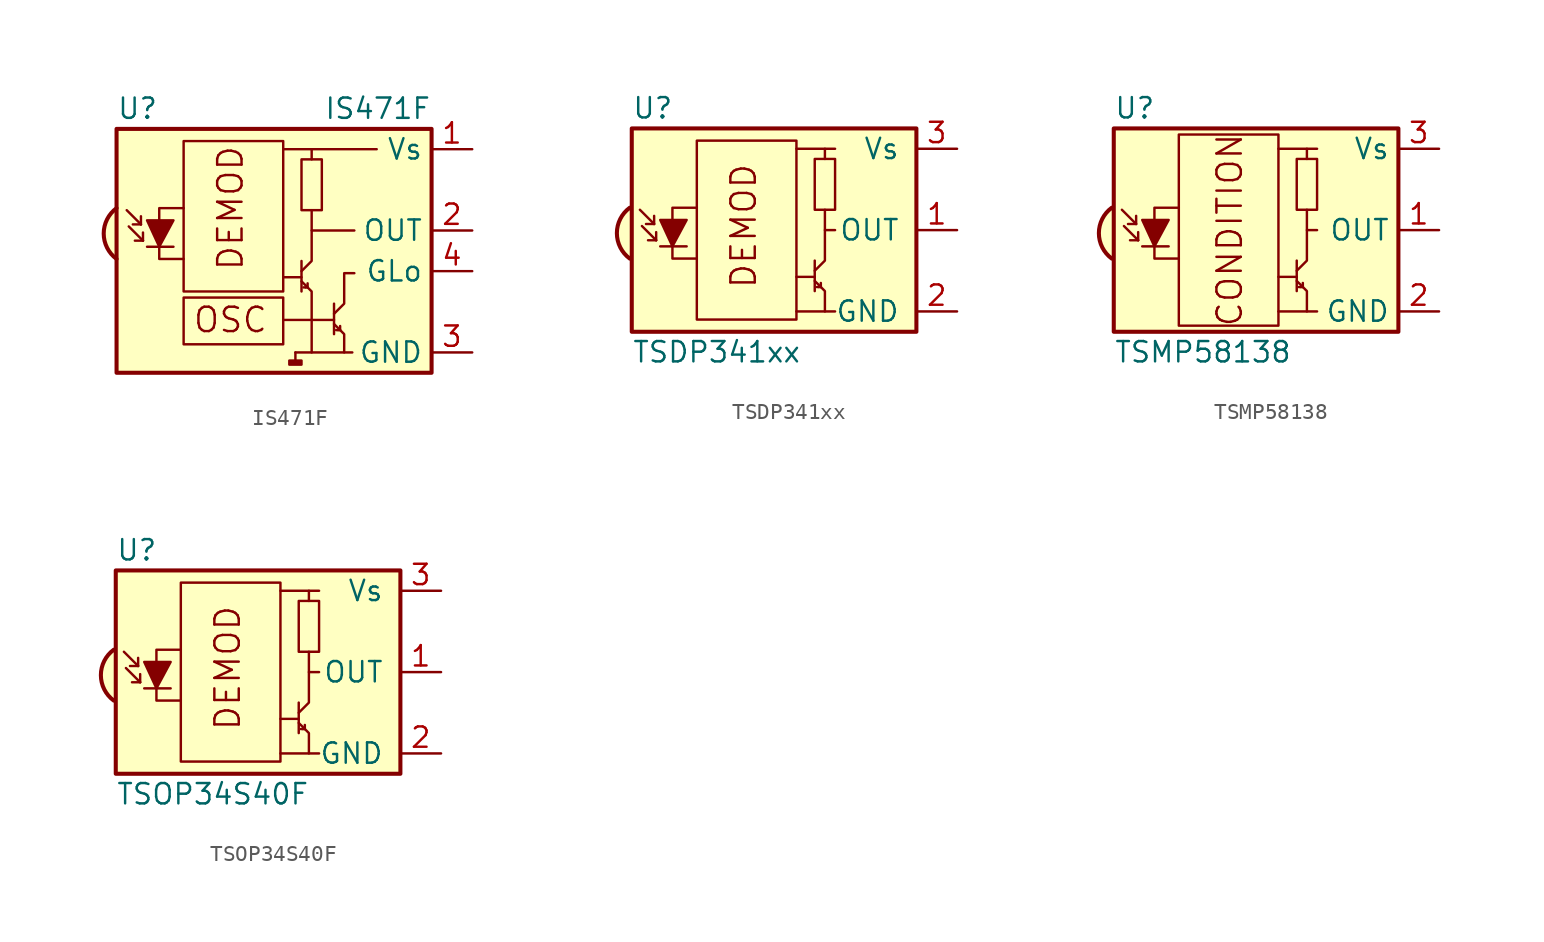
<source format=kicad_sym>
(kicad_symbol_lib
  (version 20231120)
  (generator "kicad_symbol_editor")
  (generator_version "8.0")
  (symbol "IS471F"
    (property "Reference" "U"
      (at -12.065 7.62 0)
      (effects (font (size 1.27 1.27)) (justify left)))
    (property "Value" "IS471F"
      (at 7.62 7.62 0)
      (effects (font (size 1.27 1.27)) (justify right)))
    (symbol "IS471F_0_0"
      (arc (start -12.065 1.397) (mid -12.8679 -0.1852) (end -12.065 -1.778) (stroke (width 0.254) (type default)) (fill (type background)))
      (rectangle (start -7.874 -4.191) (end -1.651 -7.112) (stroke (width 0) (type default)) (fill (type none)))
      (rectangle (start -1.27 -8.128) (end -0.508 -8.382) (stroke (width 0) (type default)) (fill (type outline)))
      (polyline (pts (xy -0.889 -7.62) (xy -0.889 -8.128)) (stroke (width 0) (type default)) (fill (type none)))
      (polyline (pts (xy 0.127 5.08) (xy -1.651 5.08)) (stroke (width 0) (type default)) (fill (type none)))
      (polyline (pts (xy 2.667 -7.62) (xy -0.889 -7.62)) (stroke (width 0) (type default)) (fill (type none)))
      (polyline (pts (xy -0.508 -3.175) (xy 0.127 -3.81) (xy 0.127 -7.62)) (stroke (width 0) (type default)) (fill (type none)))
      (polyline (pts (xy 1.524 -5.842) (xy 2.159 -6.477) (xy 2.159 -7.62)) (stroke (width 0) (type default)) (fill (type none)))
      (text "DEMOD" (at -4.953 1.397 900) (effects (font (size 1.524 1.524))))
      (text "OSC" (at -4.953 -5.588 0) (effects (font (size 1.524 1.524)))))
    (symbol "IS471F_0_1"
      (rectangle (start -7.874 5.588) (end -1.651 -3.81) (stroke (width 0) (type default)) (fill (type none)))
      (polyline (pts (xy -10.541 0.381) (xy -11.43 1.27)) (stroke (width 0) (type default)) (fill (type none)))
      (polyline (pts (xy -10.541 0.381) (xy -11.049 0.381)) (stroke (width 0) (type default)) (fill (type none)))
      (polyline (pts (xy -10.541 0.381) (xy -10.541 0.889)) (stroke (width 0) (type default)) (fill (type none)))
      (polyline (pts (xy -10.414 -0.635) (xy -11.303 0.254)) (stroke (width 0) (type default)) (fill (type none)))
      (polyline (pts (xy -10.414 -0.635) (xy -10.922 -0.635)) (stroke (width 0) (type default)) (fill (type none)))
      (polyline (pts (xy -10.414 -0.635) (xy -10.414 -0.127)) (stroke (width 0) (type default)) (fill (type none)))
      (polyline (pts (xy -10.16 -1.016) (xy -8.509 -1.016)) (stroke (width 0) (type default)) (fill (type none)))
      (polyline (pts (xy -0.508 -2.921) (xy -1.651 -2.921)) (stroke (width 0) (type default)) (fill (type none)))
      (polyline (pts (xy -0.508 -1.905) (xy -0.508 -3.81)) (stroke (width 0) (type default)) (fill (type none)))
      (polyline (pts (xy -0.381 -3.556) (xy -0.254 -3.556)) (stroke (width 0) (type default)) (fill (type none)))
      (polyline (pts (xy -0.127 -3.556) (xy -0.254 -3.556)) (stroke (width 0) (type default)) (fill (type none)))
      (polyline (pts (xy -0.127 -3.556) (xy -0.127 -3.302)) (stroke (width 0) (type default)) (fill (type none)))
      (polyline (pts (xy 0.127 0) (xy 0.127 1.27)) (stroke (width 0) (type default)) (fill (type none)))
      (polyline (pts (xy 1.524 -5.588) (xy -1.651 -5.588)) (stroke (width 0) (type default)) (fill (type none)))
      (polyline (pts (xy 1.524 -4.572) (xy 1.524 -6.477)) (stroke (width 0) (type default)) (fill (type none)))
      (polyline (pts (xy 1.651 -6.223) (xy 1.778 -6.223)) (stroke (width 0) (type default)) (fill (type none)))
      (polyline (pts (xy 1.905 -6.223) (xy 1.778 -6.223)) (stroke (width 0) (type default)) (fill (type none)))
      (polyline (pts (xy 1.905 -6.223) (xy 1.905 -5.969)) (stroke (width 0) (type default)) (fill (type none)))
      (polyline (pts (xy 0.127 4.445) (xy 0.127 5.08) (xy 4.191 5.08)) (stroke (width 0) (type default)) (fill (type none)))
      (polyline (pts (xy -10.16 0.635) (xy -8.509 0.635) (xy -9.398 -1.016) (xy -10.16 0.635)) (stroke (width 0) (type default)) (fill (type outline)))
      (polyline (pts (xy -7.874 1.397) (xy -9.398 1.397) (xy -9.398 -1.778) (xy -7.874 -1.778)) (stroke (width 0) (type default)) (fill (type none)))
      (polyline (pts (xy -0.508 -2.54) (xy 0.127 -1.905) (xy 0.127 0) (xy 2.794 0)) (stroke (width 0) (type default)) (fill (type none)))
      (polyline (pts (xy 1.524 -5.207) (xy 2.159 -4.572) (xy 2.159 -2.667) (xy 2.794 -2.667)) (stroke (width 0) (type default)) (fill (type none)))
      (rectangle (start 0.762 1.27) (end -0.508 4.445) (stroke (width 0) (type default)) (fill (type none)))
      (rectangle (start 7.62 6.35) (end -12.065 -8.89) (stroke (width 0.254) (type default)) (fill (type background))))
    (symbol "IS471F_1_1"
      (pin power_in line (at 10.16 5.08 180) (length 2.54) (name "Vs" (effects (font (size 1.27 1.27)))) (number "1" (effects (font (size 1.27 1.27)))))
      (pin output line (at 10.16 0 180) (length 2.54) (name "OUT" (effects (font (size 1.27 1.27)))) (number "2" (effects (font (size 1.27 1.27)))))
      (pin power_in line (at 10.16 -7.62 180) (length 2.54) (name "GND" (effects (font (size 1.27 1.27)))) (number "3" (effects (font (size 1.27 1.27)))))
      (pin open_collector line (at 10.16 -2.54 180) (length 2.54) (name "GLo" (effects (font (size 1.27 1.27)))) (number "4" (effects (font (size 1.27 1.27)))))))
  (symbol "TSDP341xx"
    (pin_names
      (offset 1.016))
    (property "Reference" "U"
      (at -10.16 7.62 0)
      (effects (font (size 1.27 1.27)) (justify left)))
    (property "Value" "TSDP341xx"
      (at -10.16 -7.62 0)
      (effects (font (size 1.27 1.27)) (justify left)))
    (symbol "TSDP341xx_0_0"
      (arc (start -10.287 1.397) (mid -11.0899 -0.1852) (end -10.287 -1.778) (stroke (width 0.254) (type default)) (fill (type background)))
      (polyline (pts (xy 1.905 -5.08) (xy 0.127 -5.08)) (stroke (width 0) (type default)) (fill (type none)))
      (polyline (pts (xy 1.905 5.08) (xy 0.127 5.08)) (stroke (width 0) (type default)) (fill (type none)))
      (text "DEMOD" (at -3.175 0.254 900) (effects (font (size 1.524 1.524)))))
    (symbol "TSDP341xx_0_1"
      (rectangle (start -6.096 5.588) (end 0.127 -5.588) (stroke (width 0) (type default)) (fill (type none)))
      (polyline (pts (xy -8.763 0.381) (xy -9.652 1.27)) (stroke (width 0) (type default)) (fill (type none)))
      (polyline (pts (xy -8.763 0.381) (xy -9.271 0.381)) (stroke (width 0) (type default)) (fill (type none)))
      (polyline (pts (xy -8.763 0.381) (xy -8.763 0.889)) (stroke (width 0) (type default)) (fill (type none)))
      (polyline (pts (xy -8.636 -0.635) (xy -9.525 0.254)) (stroke (width 0) (type default)) (fill (type none)))
      (polyline (pts (xy -8.636 -0.635) (xy -9.144 -0.635)) (stroke (width 0) (type default)) (fill (type none)))
      (polyline (pts (xy -8.636 -0.635) (xy -8.636 -0.127)) (stroke (width 0) (type default)) (fill (type none)))
      (polyline (pts (xy -8.382 -1.016) (xy -6.731 -1.016)) (stroke (width 0) (type default)) (fill (type none)))
      (polyline (pts (xy 1.27 -2.921) (xy 0.127 -2.921)) (stroke (width 0) (type default)) (fill (type none)))
      (polyline (pts (xy 1.27 -1.905) (xy 1.27 -3.81)) (stroke (width 0) (type default)) (fill (type none)))
      (polyline (pts (xy 1.397 -3.556) (xy 1.524 -3.556)) (stroke (width 0) (type default)) (fill (type none)))
      (polyline (pts (xy 1.651 -3.556) (xy 1.524 -3.556)) (stroke (width 0) (type default)) (fill (type none)))
      (polyline (pts (xy 1.651 -3.556) (xy 1.651 -3.302)) (stroke (width 0) (type default)) (fill (type none)))
      (polyline (pts (xy 1.905 0) (xy 1.905 1.27)) (stroke (width 0) (type default)) (fill (type none)))
      (polyline (pts (xy 1.905 4.445) (xy 1.905 5.08) (xy 2.54 5.08)) (stroke (width 0) (type default)) (fill (type none)))
      (polyline (pts (xy -8.382 0.635) (xy -6.731 0.635) (xy -7.62 -1.016) (xy -8.382 0.635)) (stroke (width 0) (type default)) (fill (type outline)))
      (polyline (pts (xy -6.096 1.397) (xy -7.62 1.397) (xy -7.62 -1.778) (xy -6.096 -1.778)) (stroke (width 0) (type default)) (fill (type none)))
      (polyline (pts (xy 1.27 -3.175) (xy 1.905 -3.81) (xy 1.905 -5.08) (xy 2.54 -5.08)) (stroke (width 0) (type default)) (fill (type none)))
      (polyline (pts (xy 1.27 -2.54) (xy 1.905 -1.905) (xy 1.905 0) (xy 2.54 0)) (stroke (width 0) (type default)) (fill (type none)))
      (rectangle (start 2.54 1.27) (end 1.27 4.445) (stroke (width 0) (type default)) (fill (type none)))
      (rectangle (start 7.62 6.35) (end -10.16 -6.35) (stroke (width 0.254) (type default)) (fill (type background))))
    (symbol "TSDP341xx_1_1"
      (pin output line (at 10.16 0 180) (length 2.54) (name "OUT" (effects (font (size 1.27 1.27)))) (number "1" (effects (font (size 1.27 1.27)))))
      (pin power_in line (at 10.16 -5.08 180) (length 2.54) (name "GND" (effects (font (size 1.27 1.27)))) (number "2" (effects (font (size 1.27 1.27)))))
      (pin power_in line (at 10.16 5.08 180) (length 2.54) (name "Vs" (effects (font (size 1.27 1.27)))) (number "3" (effects (font (size 1.27 1.27)))))))
  (symbol "TSMP58138"
    (property "Reference" "U"
      (at -10.16 7.62 0)
      (effects (font (size 1.27 1.27)) (justify left)))
    (property "Value" "TSMP58138"
      (at -10.16 -7.62 0)
      (effects (font (size 1.27 1.27)) (justify left)))
    (symbol "TSMP58138_0_0"
      (arc (start -10.287 1.397) (mid -11.0899 -0.1852) (end -10.287 -1.778) (stroke (width 0.254) (type default)) (fill (type background)))
      (polyline (pts (xy 1.905 -5.08) (xy 0.127 -5.08)) (stroke (width 0) (type default)) (fill (type none)))
      (polyline (pts (xy 1.905 5.08) (xy 0.127 5.08)) (stroke (width 0) (type default)) (fill (type none)))
      (text "CONDITION" (at -2.921 0 900) (effects (font (size 1.524 1.524)))))
    (symbol "TSMP58138_0_1"
      (rectangle (start -6.096 5.969) (end 0.127 -5.969) (stroke (width 0) (type default)) (fill (type none)))
      (polyline (pts (xy -8.763 0.381) (xy -9.652 1.27)) (stroke (width 0) (type default)) (fill (type none)))
      (polyline (pts (xy -8.763 0.381) (xy -9.271 0.381)) (stroke (width 0) (type default)) (fill (type none)))
      (polyline (pts (xy -8.763 0.381) (xy -8.763 0.889)) (stroke (width 0) (type default)) (fill (type none)))
      (polyline (pts (xy -8.636 -0.635) (xy -9.525 0.254)) (stroke (width 0) (type default)) (fill (type none)))
      (polyline (pts (xy -8.636 -0.635) (xy -9.144 -0.635)) (stroke (width 0) (type default)) (fill (type none)))
      (polyline (pts (xy -8.636 -0.635) (xy -8.636 -0.127)) (stroke (width 0) (type default)) (fill (type none)))
      (polyline (pts (xy -8.382 -1.016) (xy -6.731 -1.016)) (stroke (width 0) (type default)) (fill (type none)))
      (polyline (pts (xy 1.27 -2.921) (xy 0.127 -2.921)) (stroke (width 0) (type default)) (fill (type none)))
      (polyline (pts (xy 1.27 -1.905) (xy 1.27 -3.81)) (stroke (width 0) (type default)) (fill (type none)))
      (polyline (pts (xy 1.397 -3.556) (xy 1.524 -3.556)) (stroke (width 0) (type default)) (fill (type none)))
      (polyline (pts (xy 1.651 -3.556) (xy 1.524 -3.556)) (stroke (width 0) (type default)) (fill (type none)))
      (polyline (pts (xy 1.651 -3.556) (xy 1.651 -3.302)) (stroke (width 0) (type default)) (fill (type none)))
      (polyline (pts (xy 1.905 0) (xy 1.905 1.27)) (stroke (width 0) (type default)) (fill (type none)))
      (polyline (pts (xy 1.905 4.445) (xy 1.905 5.08) (xy 2.54 5.08)) (stroke (width 0) (type default)) (fill (type none)))
      (polyline (pts (xy -8.382 0.635) (xy -6.731 0.635) (xy -7.62 -1.016) (xy -8.382 0.635)) (stroke (width 0) (type default)) (fill (type outline)))
      (polyline (pts (xy -6.096 1.397) (xy -7.62 1.397) (xy -7.62 -1.778) (xy -6.096 -1.778)) (stroke (width 0) (type default)) (fill (type none)))
      (polyline (pts (xy 1.27 -3.175) (xy 1.905 -3.81) (xy 1.905 -5.08) (xy 2.54 -5.08)) (stroke (width 0) (type default)) (fill (type none)))
      (polyline (pts (xy 1.27 -2.54) (xy 1.905 -1.905) (xy 1.905 0) (xy 2.54 0)) (stroke (width 0) (type default)) (fill (type none)))
      (rectangle (start 2.54 1.27) (end 1.27 4.445) (stroke (width 0) (type default)) (fill (type none)))
      (rectangle (start 7.62 6.35) (end -10.16 -6.35) (stroke (width 0.254) (type default)) (fill (type background))))
    (symbol "TSMP58138_1_1"
      (pin output line (at 10.16 0 180) (length 2.54) (name "OUT" (effects (font (size 1.27 1.27)))) (number "1" (effects (font (size 1.27 1.27)))))
      (pin power_in line (at 10.16 -5.08 180) (length 2.54) (name "GND" (effects (font (size 1.27 1.27)))) (number "2" (effects (font (size 1.27 1.27)))))
      (pin power_in line (at 10.16 5.08 180) (length 2.54) (name "Vs" (effects (font (size 1.27 1.27)))) (number "3" (effects (font (size 1.27 1.27)))))))
  (symbol "TSOP34S40F"
    (pin_names
      (offset 1.016))
    (property "Reference" "U"
      (at -10.16 7.62 0)
      (effects (font (size 1.27 1.27)) (justify left)))
    (property "Value" "TSOP34S40F"
      (at -10.16 -7.62 0)
      (effects (font (size 1.27 1.27)) (justify left)))
    (symbol "TSOP34S40F_0_0"
      (arc (start -10.287 1.397) (mid -11.0899 -0.1852) (end -10.287 -1.778) (stroke (width 0.254) (type default)) (fill (type background)))
      (polyline (pts (xy 1.905 -5.08) (xy 0.127 -5.08)) (stroke (width 0) (type default)) (fill (type none)))
      (polyline (pts (xy 1.905 5.08) (xy 0.127 5.08)) (stroke (width 0) (type default)) (fill (type none)))
      (text "DEMOD" (at -3.175 0.254 900) (effects (font (size 1.524 1.524)))))
    (symbol "TSOP34S40F_0_1"
      (rectangle (start -6.096 5.588) (end 0.127 -5.588) (stroke (width 0) (type default)) (fill (type none)))
      (polyline (pts (xy -8.763 0.381) (xy -9.652 1.27)) (stroke (width 0) (type default)) (fill (type none)))
      (polyline (pts (xy -8.763 0.381) (xy -9.271 0.381)) (stroke (width 0) (type default)) (fill (type none)))
      (polyline (pts (xy -8.763 0.381) (xy -8.763 0.889)) (stroke (width 0) (type default)) (fill (type none)))
      (polyline (pts (xy -8.636 -0.635) (xy -9.525 0.254)) (stroke (width 0) (type default)) (fill (type none)))
      (polyline (pts (xy -8.636 -0.635) (xy -9.144 -0.635)) (stroke (width 0) (type default)) (fill (type none)))
      (polyline (pts (xy -8.636 -0.635) (xy -8.636 -0.127)) (stroke (width 0) (type default)) (fill (type none)))
      (polyline (pts (xy -8.382 -1.016) (xy -6.731 -1.016)) (stroke (width 0) (type default)) (fill (type none)))
      (polyline (pts (xy 1.27 -2.921) (xy 0.127 -2.921)) (stroke (width 0) (type default)) (fill (type none)))
      (polyline (pts (xy 1.27 -1.905) (xy 1.27 -3.81)) (stroke (width 0) (type default)) (fill (type none)))
      (polyline (pts (xy 1.397 -3.556) (xy 1.524 -3.556)) (stroke (width 0) (type default)) (fill (type none)))
      (polyline (pts (xy 1.651 -3.556) (xy 1.524 -3.556)) (stroke (width 0) (type default)) (fill (type none)))
      (polyline (pts (xy 1.651 -3.556) (xy 1.651 -3.302)) (stroke (width 0) (type default)) (fill (type none)))
      (polyline (pts (xy 1.905 0) (xy 1.905 1.27)) (stroke (width 0) (type default)) (fill (type none)))
      (polyline (pts (xy 1.905 4.445) (xy 1.905 5.08) (xy 2.54 5.08)) (stroke (width 0) (type default)) (fill (type none)))
      (polyline (pts (xy -8.382 0.635) (xy -6.731 0.635) (xy -7.62 -1.016) (xy -8.382 0.635)) (stroke (width 0) (type default)) (fill (type outline)))
      (polyline (pts (xy -6.096 1.397) (xy -7.62 1.397) (xy -7.62 -1.778) (xy -6.096 -1.778)) (stroke (width 0) (type default)) (fill (type none)))
      (polyline (pts (xy 1.27 -3.175) (xy 1.905 -3.81) (xy 1.905 -5.08) (xy 2.54 -5.08)) (stroke (width 0) (type default)) (fill (type none)))
      (polyline (pts (xy 1.27 -2.54) (xy 1.905 -1.905) (xy 1.905 0) (xy 2.54 0)) (stroke (width 0) (type default)) (fill (type none)))
      (rectangle (start 2.54 1.27) (end 1.27 4.445) (stroke (width 0) (type default)) (fill (type none)))
      (rectangle (start 7.62 6.35) (end -10.16 -6.35) (stroke (width 0.254) (type default)) (fill (type background))))
    (symbol "TSOP34S40F_1_1"
      (pin output line (at 10.16 0 180) (length 2.54) (name "OUT" (effects (font (size 1.27 1.27)))) (number "1" (effects (font (size 1.27 1.27)))))
      (pin power_in line (at 10.16 -5.08 180) (length 2.54) (name "GND" (effects (font (size 1.27 1.27)))) (number "2" (effects (font (size 1.27 1.27)))))
      (pin power_in line (at 10.16 5.08 180) (length 2.54) (name "Vs" (effects (font (size 1.27 1.27)))) (number "3" (effects (font (size 1.27 1.27))))))))
</source>
